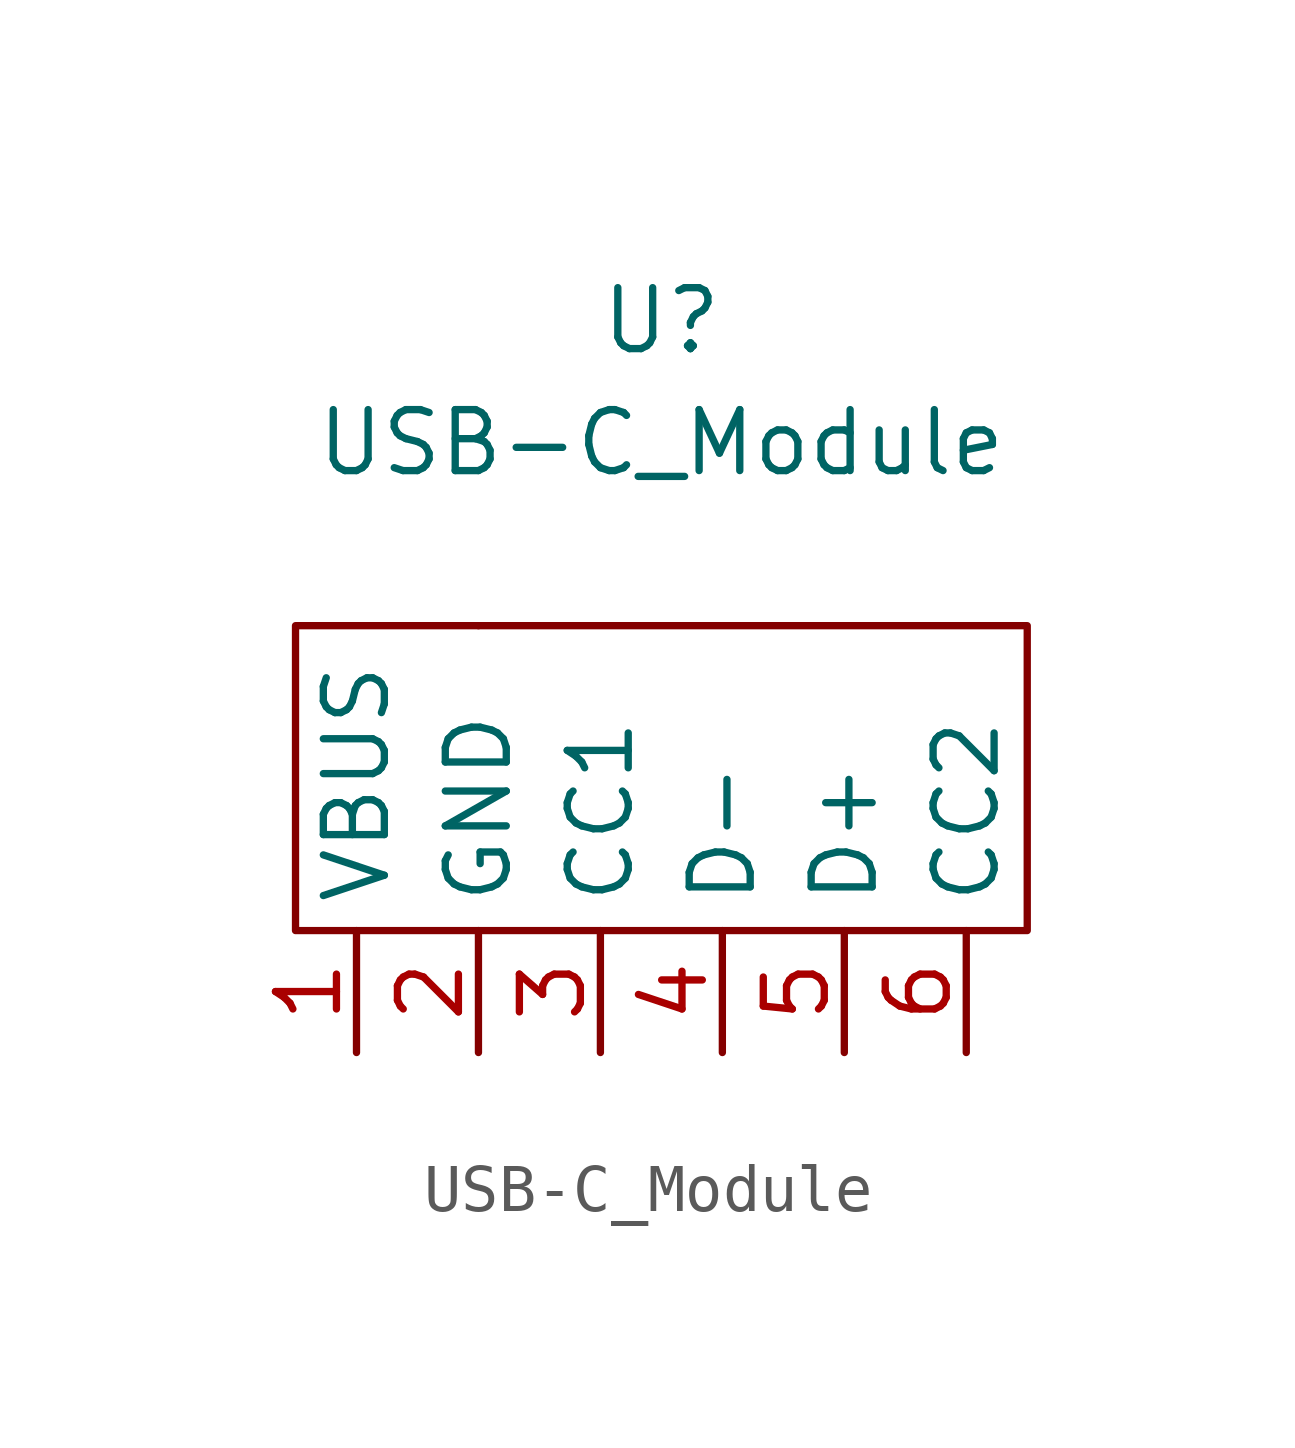
<source format=kicad_sym>
(kicad_symbol_lib
  (version 20211014)
  (generator kicad_symbol_editor)
  (symbol "USB-C_Module"
    (property "Reference" "U"
      (at 7.62 12.7 0)
      (effects (font (size 1.27 1.27))))
    (property "Value" "USB-C_Module"
      (at 7.62 10.16 0)
      (effects (font (size 1.27 1.27))))
    (symbol "USB-C_Module_0_1"
      (rectangle (start 3.81 6.35) (end 3.81 6.35) (stroke (width 0) (type default) (color 0 0 0 0)) (fill (type none)))
      (rectangle (start 15.24 0) (end 0 6.35) (stroke (width 0) (type default) (color 0 0 0 0)) (fill (type none))))
    (symbol "USB-C_Module_1_1"
      (pin power_in line (at 1.27 -2.54 90) (length 2.54) (name "VBUS" (effects (font (size 1.27 1.27)))) (number "1" (effects (font (size 1.27 1.27)))))
      (pin power_in line (at 3.81 -2.54 90) (length 2.54) (name "GND" (effects (font (size 1.27 1.27)))) (number "2" (effects (font (size 1.27 1.27)))))
      (pin bidirectional line (at 6.35 -2.54 90) (length 2.54) (name "CC1" (effects (font (size 1.27 1.27)))) (number "3" (effects (font (size 1.27 1.27)))))
      (pin bidirectional line (at 8.89 -2.54 90) (length 2.54) (name "D-" (effects (font (size 1.27 1.27)))) (number "4" (effects (font (size 1.27 1.27)))))
      (pin bidirectional line (at 11.43 -2.54 90) (length 2.54) (name "D+" (effects (font (size 1.27 1.27)))) (number "5" (effects (font (size 1.27 1.27)))))
      (pin bidirectional line (at 13.97 -2.54 90) (length 2.54) (name "CC2" (effects (font (size 1.27 1.27)))) (number "6" (effects (font (size 1.27 1.27))))))))
</source>
